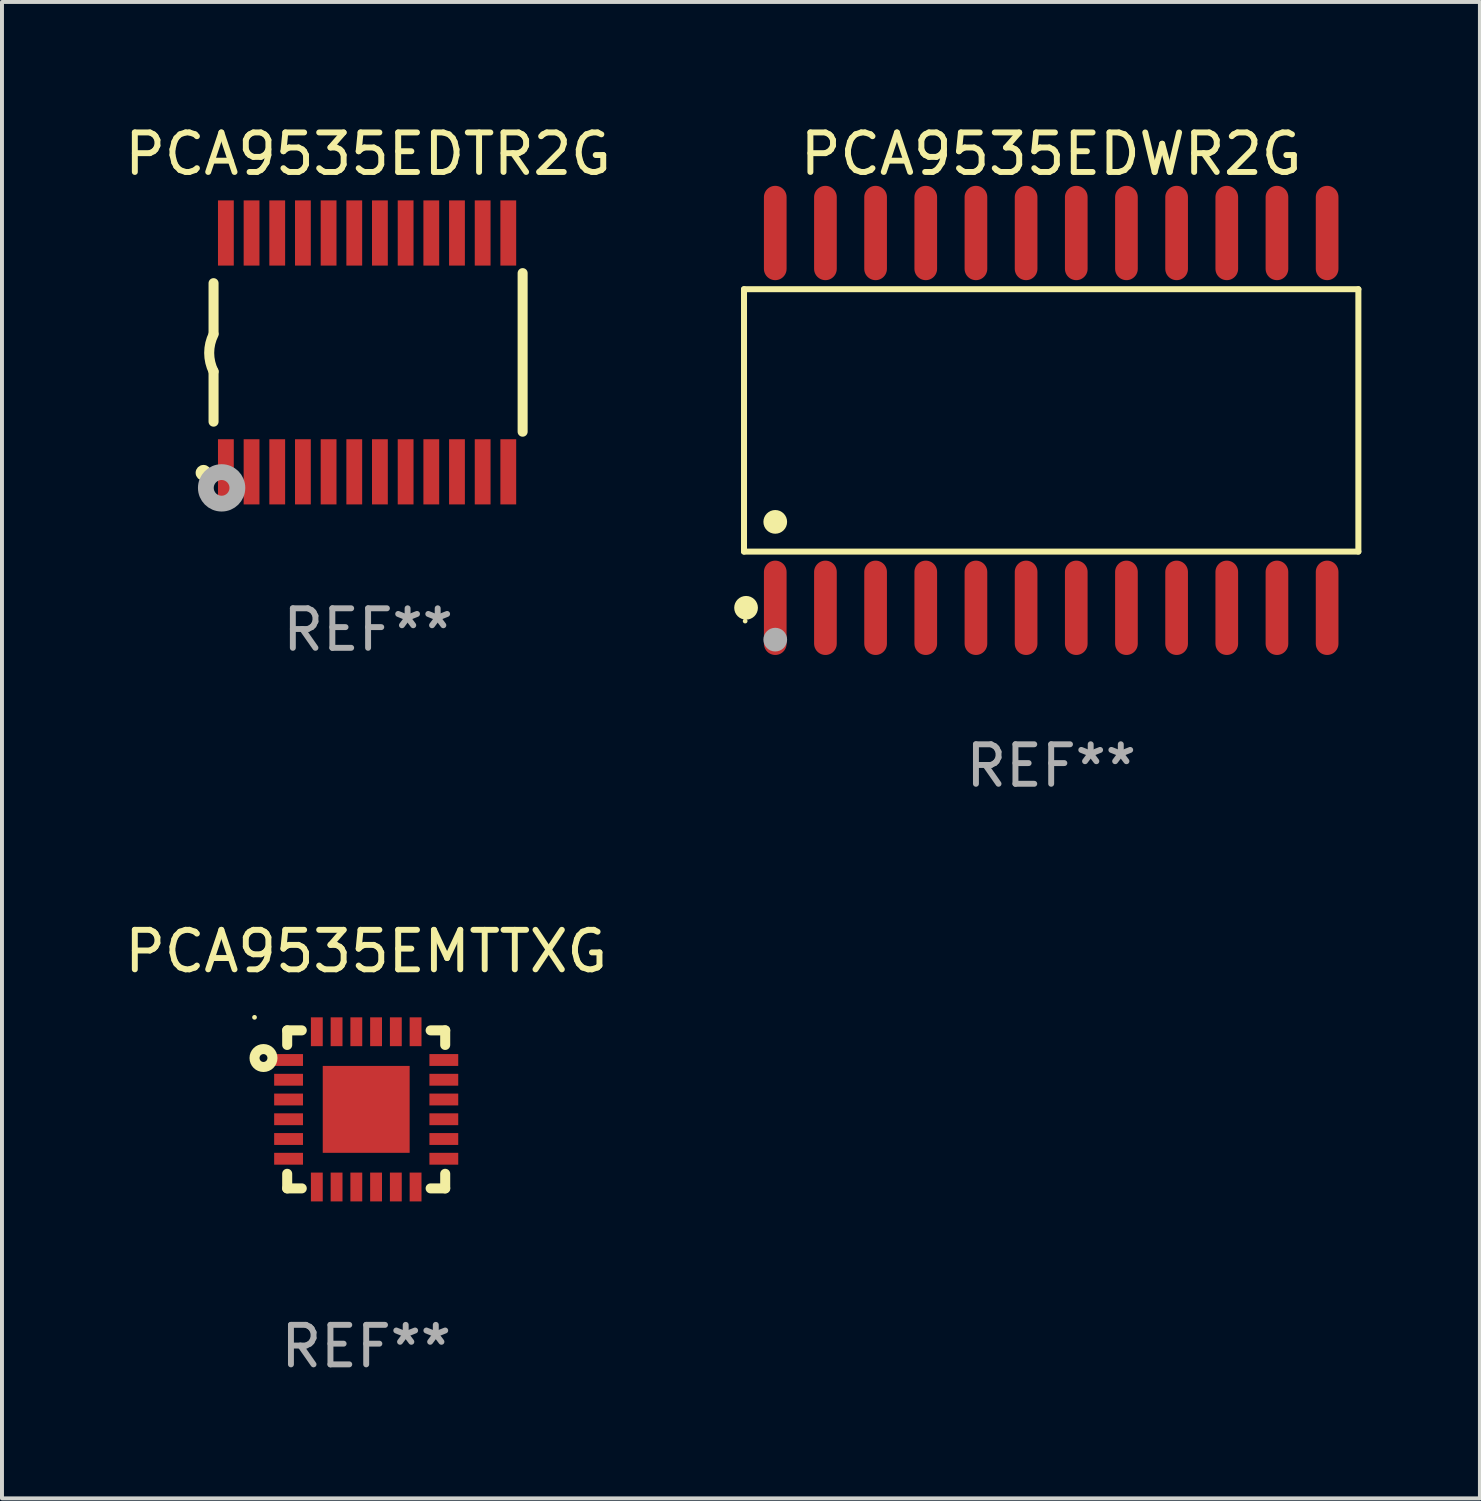
<source format=kicad_pcb>
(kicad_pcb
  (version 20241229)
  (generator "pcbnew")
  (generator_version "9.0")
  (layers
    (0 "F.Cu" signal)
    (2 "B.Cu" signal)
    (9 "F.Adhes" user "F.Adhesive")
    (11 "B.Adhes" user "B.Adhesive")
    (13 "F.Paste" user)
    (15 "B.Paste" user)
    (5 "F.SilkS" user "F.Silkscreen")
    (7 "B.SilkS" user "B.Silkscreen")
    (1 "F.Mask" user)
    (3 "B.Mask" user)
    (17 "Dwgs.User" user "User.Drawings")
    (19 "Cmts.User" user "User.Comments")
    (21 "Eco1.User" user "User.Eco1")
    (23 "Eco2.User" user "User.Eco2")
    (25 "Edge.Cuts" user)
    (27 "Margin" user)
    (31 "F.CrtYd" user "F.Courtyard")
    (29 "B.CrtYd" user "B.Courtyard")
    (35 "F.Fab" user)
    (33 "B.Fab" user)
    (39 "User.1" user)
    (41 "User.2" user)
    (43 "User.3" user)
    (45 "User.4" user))
  (footprint "PCA9535EDTR2G"
    (layer "F.Cu")
    (at 6.268 5.871)
    (property "Reference" "PCA9535EDTR2G" (at 0 -5.023 0) (layer "F.SilkS") (effects (font (size 1 1) (thickness 0.15))))
    (attr through_hole)
    (fp_line (start -3.912 -0.483) (end -3.912 -1.753) (stroke (width 0.254) (type solid)) (layer "F.SilkS"))
    (fp_line (start -3.912 1.753) (end -3.912 0.483) (stroke (width 0.254) (type solid)) (layer "F.SilkS"))
    (fp_line (start 3.912 -2.007) (end 3.912 2.007) (stroke (width 0.254) (type solid)) (layer "F.SilkS"))
    (fp_arc (start -3.911608 0.482601) (mid -4.022537 0.0127) (end -3.911608 -0.457201) (stroke (width 0.254001) (type solid)) (layer "F.SilkS"))
    (fp_circle (center -4.166 3.048) (end -4.066 3.048) (stroke (width 0.2) (type solid)) (fill no) (layer "F.SilkS"))
    (fp_circle (center -3.925 3.186) (end -3.895 3.186) (stroke (width 0.06) (type solid)) (fill no) (layer "F.SilkS"))
    (fp_circle (center -3.708 3.429) (end -3.509 3.429) (stroke (width 0.4) (type solid)) (fill no) (layer "F.Fab"))
    (fp_text user "REF**" (at 0 7.023 0) (layer "F.Fab") (effects (font (size 1 1) (thickness 0.15))))
    (pad "1" smd rect (at -3.6 3.023) (size 0.4 1.65) (layers "F.Cu" "F.Mask" "F.Paste"))
    (pad "2" smd rect (at -2.95 3.023) (size 0.4 1.65) (layers "F.Cu" "F.Mask" "F.Paste"))
    (pad "3" smd rect (at -2.3 3.023) (size 0.4 1.65) (layers "F.Cu" "F.Mask" "F.Paste"))
    (pad "4" smd rect (at -1.65 3.023) (size 0.4 1.65) (layers "F.Cu" "F.Mask" "F.Paste"))
    (pad "5" smd rect (at -1 3.023) (size 0.4 1.65) (layers "F.Cu" "F.Mask" "F.Paste"))
    (pad "6" smd rect (at -0.35 3.023) (size 0.4 1.65) (layers "F.Cu" "F.Mask" "F.Paste"))
    (pad "7" smd rect (at 0.299 3.023) (size 0.4 1.65) (layers "F.Cu" "F.Mask" "F.Paste"))
    (pad "8" smd rect (at 0.95 3.023) (size 0.4 1.65) (layers "F.Cu" "F.Mask" "F.Paste"))
    (pad "9" smd rect (at 1.6 3.023) (size 0.4 1.65) (layers "F.Cu" "F.Mask" "F.Paste"))
    (pad "10" smd rect (at 2.25 3.023) (size 0.4 1.65) (layers "F.Cu" "F.Mask" "F.Paste"))
    (pad "11" smd rect (at 2.9 3.023) (size 0.4 1.65) (layers "F.Cu" "F.Mask" "F.Paste"))
    (pad "12" smd rect (at 3.549 3.023) (size 0.4 1.65) (layers "F.Cu" "F.Mask" "F.Paste"))
    (pad "13" smd rect (at 3.549 -3.023) (size 0.4 1.65) (layers "F.Cu" "F.Mask" "F.Paste"))
    (pad "14" smd rect (at 2.9 -3.023) (size 0.4 1.65) (layers "F.Cu" "F.Mask" "F.Paste"))
    (pad "15" smd rect (at 2.25 -3.023) (size 0.4 1.65) (layers "F.Cu" "F.Mask" "F.Paste"))
    (pad "16" smd rect (at 1.6 -3.023) (size 0.4 1.65) (layers "F.Cu" "F.Mask" "F.Paste"))
    (pad "17" smd rect (at 0.95 -3.023) (size 0.4 1.65) (layers "F.Cu" "F.Mask" "F.Paste"))
    (pad "18" smd rect (at 0.299 -3.023) (size 0.4 1.65) (layers "F.Cu" "F.Mask" "F.Paste"))
    (pad "19" smd rect (at -0.35 -3.023) (size 0.4 1.65) (layers "F.Cu" "F.Mask" "F.Paste"))
    (pad "20" smd rect (at -1 -3.023) (size 0.4 1.65) (layers "F.Cu" "F.Mask" "F.Paste"))
    (pad "21" smd rect (at -1.65 -3.023) (size 0.4 1.65) (layers "F.Cu" "F.Mask" "F.Paste"))
    (pad "22" smd rect (at -2.3 -3.023) (size 0.4 1.65) (layers "F.Cu" "F.Mask" "F.Paste"))
    (pad "23" smd rect (at -2.95 -3.023) (size 0.4 1.65) (layers "F.Cu" "F.Mask" "F.Paste"))
    (pad "24" smd rect (at -3.6 -3.023) (size 0.4 1.65) (layers "F.Cu" "F.Mask" "F.Paste")))
  (footprint "PCA9535EDWR2G"
    (layer "F.Cu")
    (at 23.56 7.592)
    (property "Reference" "PCA9535EDWR2G" (at 0 -6.744 0) (layer "F.SilkS") (effects (font (size 1 1) (thickness 0.15))))
    (attr through_hole)
    (fp_line (start -7.776 -3.321) (end 7.776 -3.321) (stroke (width 0.152) (type solid)) (layer "F.SilkS"))
    (fp_line (start -7.776 3.321) (end -7.776 -3.321) (stroke (width 0.152) (type solid)) (layer "F.SilkS"))
    (fp_line (start 7.776 -3.321) (end 7.776 3.321) (stroke (width 0.152) (type solid)) (layer "F.SilkS"))
    (fp_line (start 7.776 3.321) (end -7.776 3.321) (stroke (width 0.152) (type solid)) (layer "F.SilkS"))
    (fp_circle (center -7.747 5.08) (end -7.717 5.08) (stroke (width 0.06) (type solid)) (fill no) (layer "F.SilkS"))
    (fp_circle (center -7.724 4.744) (end -7.574 4.744) (stroke (width 0.3) (type solid)) (fill no) (layer "F.SilkS"))
    (fp_circle (center -6.985 2.569) (end -6.835 2.569) (stroke (width 0.3) (type solid)) (fill no) (layer "F.SilkS"))
    (fp_circle (center -6.985 5.55) (end -6.835 5.55) (stroke (width 0.3) (type solid)) (fill no) (layer "F.Fab"))
    (fp_text user "REF**" (at 0 8.744 0) (layer "F.Fab") (effects (font (size 1 1) (thickness 0.15))))
    (pad "1" smd oval (at -6.985 4.744) (size 0.574 2.388) (layers "F.Cu" "F.Mask" "F.Paste"))
    (pad "2" smd oval (at -5.715 4.744) (size 0.574 2.388) (layers "F.Cu" "F.Mask" "F.Paste"))
    (pad "3" smd oval (at -4.445 4.744) (size 0.574 2.388) (layers "F.Cu" "F.Mask" "F.Paste"))
    (pad "4" smd oval (at -3.175 4.744) (size 0.574 2.388) (layers "F.Cu" "F.Mask" "F.Paste"))
    (pad "5" smd oval (at -1.905 4.744) (size 0.574 2.388) (layers "F.Cu" "F.Mask" "F.Paste"))
    (pad "6" smd oval (at -0.635 4.744) (size 0.574 2.388) (layers "F.Cu" "F.Mask" "F.Paste"))
    (pad "7" smd oval (at 0.635 4.744) (size 0.574 2.388) (layers "F.Cu" "F.Mask" "F.Paste"))
    (pad "8" smd oval (at 1.905 4.744) (size 0.574 2.388) (layers "F.Cu" "F.Mask" "F.Paste"))
    (pad "9" smd oval (at 3.175 4.744) (size 0.574 2.388) (layers "F.Cu" "F.Mask" "F.Paste"))
    (pad "10" smd oval (at 4.445 4.744) (size 0.574 2.388) (layers "F.Cu" "F.Mask" "F.Paste"))
    (pad "11" smd oval (at 5.715 4.744) (size 0.574 2.388) (layers "F.Cu" "F.Mask" "F.Paste"))
    (pad "12" smd oval (at 6.985 4.744) (size 0.574 2.388) (layers "F.Cu" "F.Mask" "F.Paste"))
    (pad "13" smd oval (at 6.985 -4.744) (size 0.574 2.388) (layers "F.Cu" "F.Mask" "F.Paste"))
    (pad "14" smd oval (at 5.715 -4.744) (size 0.574 2.388) (layers "F.Cu" "F.Mask" "F.Paste"))
    (pad "15" smd oval (at 4.445 -4.744) (size 0.574 2.388) (layers "F.Cu" "F.Mask" "F.Paste"))
    (pad "16" smd oval (at 3.175 -4.744) (size 0.574 2.388) (layers "F.Cu" "F.Mask" "F.Paste"))
    (pad "17" smd oval (at 1.905 -4.744) (size 0.574 2.388) (layers "F.Cu" "F.Mask" "F.Paste"))
    (pad "18" smd oval (at 0.635 -4.744) (size 0.574 2.388) (layers "F.Cu" "F.Mask" "F.Paste"))
    (pad "19" smd oval (at -0.635 -4.744) (size 0.574 2.388) (layers "F.Cu" "F.Mask" "F.Paste"))
    (pad "20" smd oval (at -1.905 -4.744) (size 0.574 2.388) (layers "F.Cu" "F.Mask" "F.Paste"))
    (pad "21" smd oval (at -3.175 -4.744) (size 0.574 2.388) (layers "F.Cu" "F.Mask" "F.Paste"))
    (pad "22" smd oval (at -4.445 -4.744) (size 0.574 2.388) (layers "F.Cu" "F.Mask" "F.Paste"))
    (pad "23" smd oval (at -5.715 -4.744) (size 0.574 2.388) (layers "F.Cu" "F.Mask" "F.Paste"))
    (pad "24" smd oval (at -6.985 -4.744) (size 0.574 2.388) (layers "F.Cu" "F.Mask" "F.Paste")))
  (footprint "PCA9535EMTTXG"
    (layer "F.Cu")
    (at 6.22 25.033)
    (property "Reference" "PCA9535EMTTXG" (at 0 -4 0) (layer "F.SilkS") (effects (font (size 1 1) (thickness 0.15))))
    (attr through_hole)
    (fp_line (start -2 -2) (end -1.631 -2) (stroke (width 0.254) (type solid)) (layer "F.SilkS"))
    (fp_line (start -2 -1.631) (end -2 -2) (stroke (width 0.254) (type solid)) (layer "F.SilkS"))
    (fp_line (start -2 2) (end -2 1.631) (stroke (width 0.254) (type solid)) (layer "F.SilkS"))
    (fp_line (start -1.631 2) (end -2 2) (stroke (width 0.254) (type solid)) (layer "F.SilkS"))
    (fp_line (start 1.631 -2) (end 2 -2) (stroke (width 0.254) (type solid)) (layer "F.SilkS"))
    (fp_line (start 2 -2) (end 2 -1.631) (stroke (width 0.254) (type solid)) (layer "F.SilkS"))
    (fp_line (start 2 1.631) (end 2 2) (stroke (width 0.254) (type solid)) (layer "F.SilkS"))
    (fp_line (start 2 2) (end 1.631 2) (stroke (width 0.254) (type solid)) (layer "F.SilkS"))
    (fp_circle (center -2.827 -2.33) (end -2.797 -2.33) (stroke (width 0.06) (type solid)) (fill no) (layer "F.SilkS"))
    (fp_circle (center -2.6 -1.3) (end -2.5 -1.3) (stroke (width 0.254) (type solid)) (fill no) (layer "F.SilkS"))
    (fp_text user "REF**" (at 0 6 0) (layer "F.Fab") (effects (font (size 1 1) (thickness 0.15))))
    (pad "1" smd rect (at -1.965 -1.25) (size 0.73 0.3) (layers "F.Cu" "F.Mask" "F.Paste"))
    (pad "2" smd rect (at -1.965 -0.75) (size 0.73 0.3) (layers "F.Cu" "F.Mask" "F.Paste"))
    (pad "3" smd rect (at -1.965 -0.25) (size 0.73 0.3) (layers "F.Cu" "F.Mask" "F.Paste"))
    (pad "4" smd rect (at -1.965 0.25) (size 0.73 0.3) (layers "F.Cu" "F.Mask" "F.Paste"))
    (pad "5" smd rect (at -1.965 0.75) (size 0.73 0.3) (layers "F.Cu" "F.Mask" "F.Paste"))
    (pad "6" smd rect (at -1.965 1.25) (size 0.73 0.3) (layers "F.Cu" "F.Mask" "F.Paste"))
    (pad "7" smd rect (at -1.25 1.965) (size 0.3 0.73) (layers "F.Cu" "F.Mask" "F.Paste"))
    (pad "8" smd rect (at -0.75 1.965) (size 0.3 0.73) (layers "F.Cu" "F.Mask" "F.Paste"))
    (pad "9" smd rect (at -0.25 1.965) (size 0.3 0.73) (layers "F.Cu" "F.Mask" "F.Paste"))
    (pad "10" smd rect (at 0.25 1.965) (size 0.3 0.73) (layers "F.Cu" "F.Mask" "F.Paste"))
    (pad "11" smd rect (at 0.75 1.965) (size 0.3 0.73) (layers "F.Cu" "F.Mask" "F.Paste"))
    (pad "12" smd rect (at 1.25 1.965) (size 0.3 0.73) (layers "F.Cu" "F.Mask" "F.Paste"))
    (pad "13" smd rect (at 1.965 1.25) (size 0.73 0.3) (layers "F.Cu" "F.Mask" "F.Paste"))
    (pad "14" smd rect (at 1.965 0.75) (size 0.73 0.3) (layers "F.Cu" "F.Mask" "F.Paste"))
    (pad "15" smd rect (at 1.965 0.25) (size 0.73 0.3) (layers "F.Cu" "F.Mask" "F.Paste"))
    (pad "16" smd rect (at 1.965 -0.25) (size 0.73 0.3) (layers "F.Cu" "F.Mask" "F.Paste"))
    (pad "17" smd rect (at 1.965 -0.75) (size 0.73 0.3) (layers "F.Cu" "F.Mask" "F.Paste"))
    (pad "18" smd rect (at 1.965 -1.25) (size 0.73 0.3) (layers "F.Cu" "F.Mask" "F.Paste"))
    (pad "19" smd rect (at 1.25 -1.965) (size 0.3 0.73) (layers "F.Cu" "F.Mask" "F.Paste"))
    (pad "20" smd rect (at 0.75 -1.965) (size 0.3 0.73) (layers "F.Cu" "F.Mask" "F.Paste"))
    (pad "21" smd rect (at 0.25 -1.965) (size 0.3 0.73) (layers "F.Cu" "F.Mask" "F.Paste"))
    (pad "22" smd rect (at -0.25 -1.965) (size 0.3 0.73) (layers "F.Cu" "F.Mask" "F.Paste"))
    (pad "23" smd rect (at -0.75 -1.965) (size 0.3 0.73) (layers "F.Cu" "F.Mask" "F.Paste"))
    (pad "24" smd rect (at -1.25 -1.965) (size 0.3 0.73) (layers "F.Cu" "F.Mask" "F.Paste"))
    (pad "25" smd rect (at 0 0) (size 2.2 2.2) (layers "F.Cu" "F.Mask" "F.Paste")))
  (gr_rect
    (start -3 -3)
    (end 34.413 34.881)
    (stroke (width 0.1) (type default))
    (fill no)
    (layer "Edge.Cuts")))
</source>
